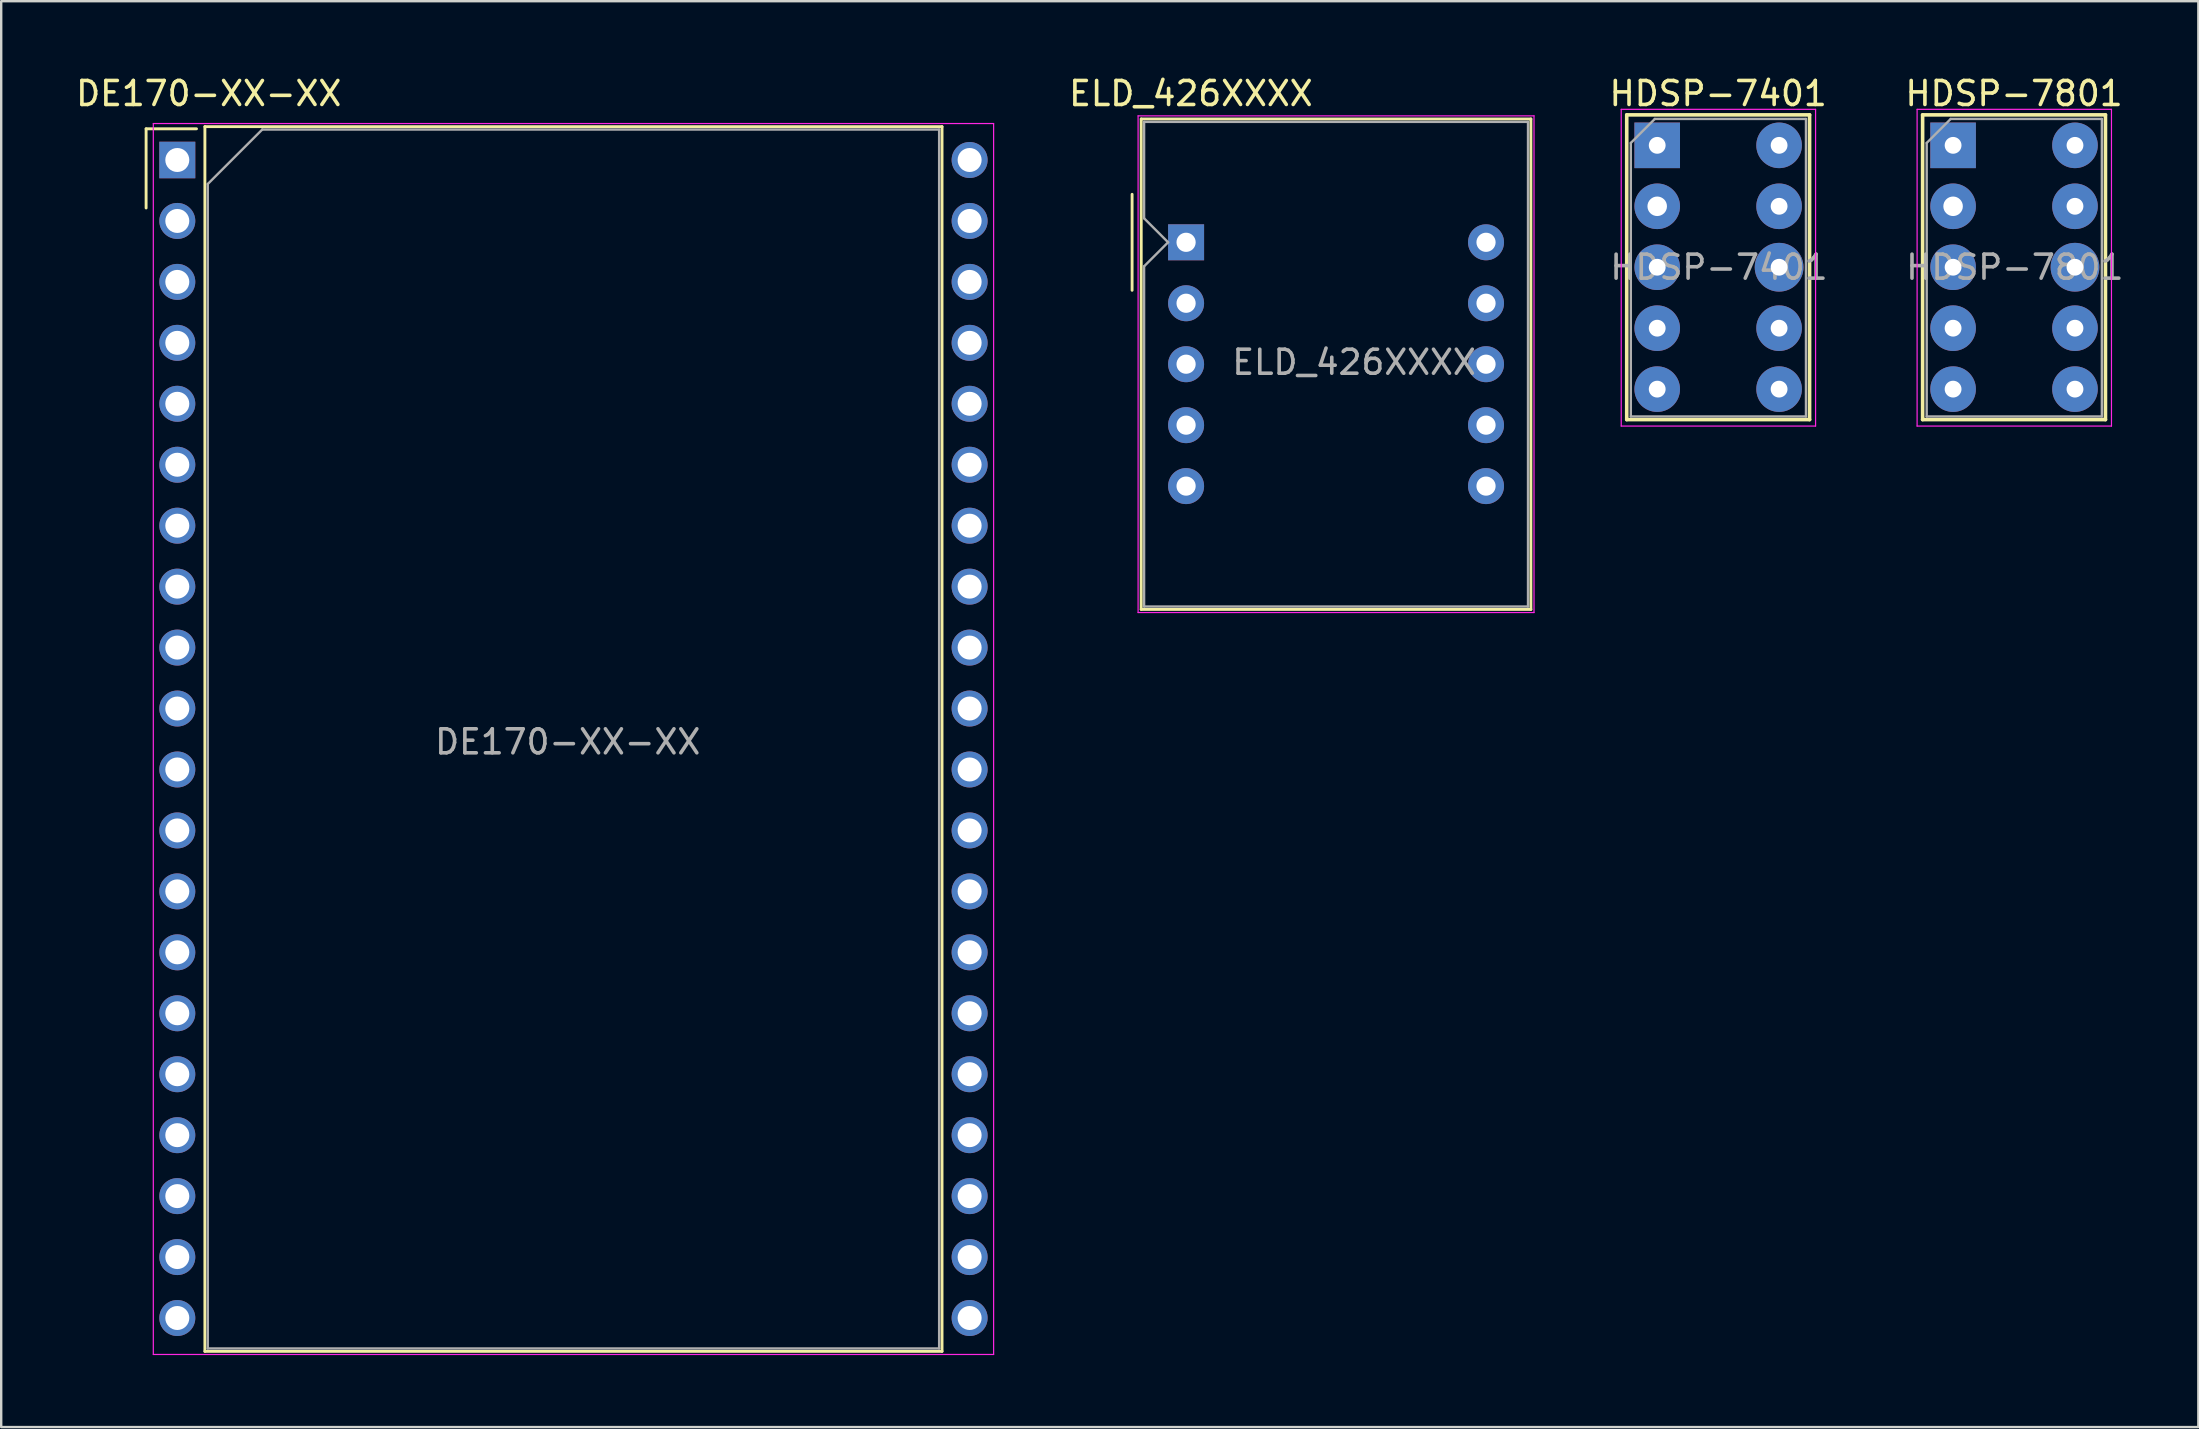
<source format=kicad_pcb>
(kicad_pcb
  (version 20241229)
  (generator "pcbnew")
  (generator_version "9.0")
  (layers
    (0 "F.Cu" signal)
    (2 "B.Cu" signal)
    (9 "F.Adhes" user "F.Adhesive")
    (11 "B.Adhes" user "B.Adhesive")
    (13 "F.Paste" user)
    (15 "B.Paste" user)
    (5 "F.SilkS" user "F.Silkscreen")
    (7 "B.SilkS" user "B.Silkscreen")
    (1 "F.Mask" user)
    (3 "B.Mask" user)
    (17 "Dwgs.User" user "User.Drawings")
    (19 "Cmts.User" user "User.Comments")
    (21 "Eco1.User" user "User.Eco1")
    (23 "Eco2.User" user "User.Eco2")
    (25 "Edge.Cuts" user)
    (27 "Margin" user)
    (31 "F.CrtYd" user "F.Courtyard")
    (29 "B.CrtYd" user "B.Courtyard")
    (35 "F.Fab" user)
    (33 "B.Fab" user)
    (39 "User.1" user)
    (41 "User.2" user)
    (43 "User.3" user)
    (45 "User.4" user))
  (footprint "ELD_426XXXX"
    (layer "F.Cu")
    (at 46.38 7.048)
    (property "Reference" "ELD_426XXXX" (at 0.2 -6.2 0) (layer "F.SilkS") (effects (font (size 1 1) (thickness 0.15))))
    (attr through_hole)
    (fp_line (start -2.25 -2) (end -2.25 2) (stroke (width 0.12) (type solid)) (layer "F.SilkS"))
    (fp_line (start -1.87 -5.14) (end 14.37 -5.14) (stroke (width 0.12) (type solid)) (layer "F.SilkS"))
    (fp_line (start -1.87 15.3) (end -1.87 -5.14) (stroke (width 0.12) (type solid)) (layer "F.SilkS"))
    (fp_line (start 14.37 -5.14) (end 14.37 15.3) (stroke (width 0.12) (type solid)) (layer "F.SilkS"))
    (fp_line (start 14.37 15.3) (end -1.87 15.3) (stroke (width 0.12) (type solid)) (layer "F.SilkS"))
    (fp_line (start -2 -5.27) (end 14.5 -5.27) (stroke (width 0.05) (type solid)) (layer "F.CrtYd"))
    (fp_line (start -2 15.43) (end -2 -5.27) (stroke (width 0.05) (type solid)) (layer "F.CrtYd"))
    (fp_line (start 14.5 -5.27) (end 14.5 15.43) (stroke (width 0.05) (type solid)) (layer "F.CrtYd"))
    (fp_line (start 14.5 15.43) (end -2 15.43) (stroke (width 0.05) (type solid)) (layer "F.CrtYd"))
    (fp_line (start -1.75 -5.02) (end 14.25 -5.02) (stroke (width 0.1) (type solid)) (layer "F.Fab"))
    (fp_line (start -1.75 -1) (end -1.75 -5.02) (stroke (width 0.1) (type solid)) (layer "F.Fab"))
    (fp_line (start -1.75 1) (end -0.75 0) (stroke (width 0.1) (type solid)) (layer "F.Fab"))
    (fp_line (start -1.75 15.18) (end -1.75 1) (stroke (width 0.1) (type solid)) (layer "F.Fab"))
    (fp_line (start -0.75 0) (end -1.75 -1) (stroke (width 0.1) (type solid)) (layer "F.Fab"))
    (fp_line (start 14.25 -5.02) (end 14.25 15.18) (stroke (width 0.1) (type solid)) (layer "F.Fab"))
    (fp_line (start 14.25 15.18) (end -1.75 15.18) (stroke (width 0.1) (type solid)) (layer "F.Fab"))
    (fp_text user "${REFERENCE}" (at 7 5 0) (layer "F.Fab") (effects (font (size 1 1) (thickness 0.15))))
    (pad "1" thru_hole rect (at 0 0) (size 1.5 1.5) (drill 0.8) (layers "*.Cu" "*.Mask"))
    (pad "2" thru_hole circle (at 0 2.54) (size 1.5 1.5) (drill 0.8) (layers "*.Cu" "*.Mask"))
    (pad "3" thru_hole circle (at 0 5.08) (size 1.5 1.5) (drill 0.8) (layers "*.Cu" "*.Mask"))
    (pad "4" thru_hole circle (at 0 7.62) (size 1.5 1.5) (drill 0.8) (layers "*.Cu" "*.Mask"))
    (pad "5" thru_hole circle (at 0 10.16) (size 1.5 1.5) (drill 0.8) (layers "*.Cu" "*.Mask"))
    (pad "6" thru_hole circle (at 12.5 10.16) (size 1.5 1.5) (drill 0.8) (layers "*.Cu" "*.Mask"))
    (pad "7" thru_hole circle (at 12.5 7.62) (size 1.5 1.5) (drill 0.8) (layers "*.Cu" "*.Mask"))
    (pad "8" thru_hole circle (at 12.5 5.08) (size 1.5 1.5) (drill 0.8) (layers "*.Cu" "*.Mask"))
    (pad "9" thru_hole circle (at 12.5 2.54) (size 1.5 1.5) (drill 0.8) (layers "*.Cu" "*.Mask"))
    (pad "10" thru_hole circle (at 12.5 0) (size 1.5 1.5) (drill 0.8) (layers "*.Cu" "*.Mask")))
  (footprint "HDSP-7801"
    (layer "F.Cu")
    (at 78.345 3.007)
    (property "Reference" "HDSP-7801" (at 2.54 -2.159 0) (layer "F.SilkS") (effects (font (size 1 1) (thickness 0.15))))
    (attr through_hole)
    (fp_line (start -1.27 -1.27) (end -1.27 11.43) (stroke (width 0.15) (type solid)) (layer "F.SilkS"))
    (fp_line (start -1.27 11.43) (end 6.35 11.43) (stroke (width 0.15) (type solid)) (layer "F.SilkS"))
    (fp_line (start 6.35 -1.27) (end -1.27 -1.27) (stroke (width 0.15) (type solid)) (layer "F.SilkS"))
    (fp_line (start 6.35 11.43) (end 6.35 -1.27) (stroke (width 0.15) (type solid)) (layer "F.SilkS"))
    (fp_line (start -1.5 -1.5) (end 6.6 -1.5) (stroke (width 0.05) (type solid)) (layer "F.CrtYd"))
    (fp_line (start -1.5 11.7) (end -1.5 -1.5) (stroke (width 0.05) (type solid)) (layer "F.CrtYd"))
    (fp_line (start 6.6 -1.5) (end 6.6 11.7) (stroke (width 0.05) (type solid)) (layer "F.CrtYd"))
    (fp_line (start 6.6 11.7) (end -1.5 11.7) (stroke (width 0.05) (type solid)) (layer "F.CrtYd"))
    (fp_line (start -1.1 -0.1) (end -0.1 -1.1) (stroke (width 0.1) (type solid)) (layer "F.Fab"))
    (fp_line (start -1.1 11.3) (end -1.1 -0.1) (stroke (width 0.1) (type solid)) (layer "F.Fab"))
    (fp_line (start -0.1 -1.1) (end 6.2 -1.1) (stroke (width 0.1) (type solid)) (layer "F.Fab"))
    (fp_line (start 6.2 -1.1) (end 6.2 11.3) (stroke (width 0.1) (type solid)) (layer "F.Fab"))
    (fp_line (start 6.2 11.3) (end -1.1 11.3) (stroke (width 0.1) (type solid)) (layer "F.Fab"))
    (fp_text user "${REFERENCE}" (at 2.573 5.08 0) (layer "F.Fab") (effects (font (size 1 1) (thickness 0.15))))
    (pad "" thru_hole circle (at 0 2.54) (size 1.397 1.397) (drill 0.813) (layers "*.Cu" "*.Mask"))
    (pad "1" thru_hole rect (at 0 0) (size 1.9 1.9) (drill 0.701) (layers "*.Cu" "*.Mask"))
    (pad "2" thru_hole circle (at 0 2.54) (size 1.9 1.9) (drill 0.701) (layers "*.Cu" "*.Mask"))
    (pad "3" thru_hole circle (at 0 5.08) (size 1.9 1.9) (drill 0.701) (layers "*.Cu" "*.Mask"))
    (pad "4" thru_hole circle (at 0 7.62) (size 1.9 1.9) (drill 0.701) (layers "*.Cu" "*.Mask"))
    (pad "5" thru_hole circle (at 0 10.16) (size 1.9 1.9) (drill 0.701) (layers "*.Cu" "*.Mask"))
    (pad "6" thru_hole circle (at 5.08 10.16) (size 1.9 1.9) (drill 0.701) (layers "*.Cu" "*.Mask"))
    (pad "7" thru_hole circle (at 5.08 7.62) (size 1.9 1.9) (drill 0.701) (layers "*.Cu" "*.Mask"))
    (pad "8" thru_hole circle (at 5.08 5.08) (size 2.032 2.032) (drill 0.701) (layers "*.Cu" "*.Mask"))
    (pad "9" thru_hole circle (at 5.08 2.54) (size 1.9 1.9) (drill 0.701) (layers "*.Cu" "*.Mask"))
    (pad "10" thru_hole circle (at 5.08 0) (size 1.9 1.9) (drill 0.701) (layers "*.Cu" "*.Mask")))
  (footprint "DE170-XX-XX"
    (layer "F.Cu")
    (at 4.339 3.618)
    (property "Reference" "DE170-XX-XX" (at 1.31 -2.77 0) (layer "F.SilkS") (effects (font (size 1 1) (thickness 0.15))))
    (attr through_hole)
    (fp_line (start -1.3 -1.3) (end -1.3 2) (stroke (width 0.12) (type solid)) (layer "F.SilkS"))
    (fp_line (start -1.3 -1.3) (end 0.8 -1.3) (stroke (width 0.12) (type solid)) (layer "F.SilkS"))
    (fp_line (start 1.15 -1.39) (end 31.87 -1.39) (stroke (width 0.12) (type solid)) (layer "F.SilkS"))
    (fp_line (start 1.15 49.65) (end 1.15 -1.39) (stroke (width 0.12) (type solid)) (layer "F.SilkS"))
    (fp_line (start 31.87 -1.39) (end 31.87 49.65) (stroke (width 0.12) (type solid)) (layer "F.SilkS"))
    (fp_line (start 31.87 49.65) (end 1.15 49.65) (stroke (width 0.12) (type solid)) (layer "F.SilkS"))
    (fp_line (start -1 -1.52) (end 34.02 -1.52) (stroke (width 0.05) (type solid)) (layer "F.CrtYd"))
    (fp_line (start -1 49.78) (end -1 -1.52) (stroke (width 0.05) (type solid)) (layer "F.CrtYd"))
    (fp_line (start 34.02 -1.52) (end 34.02 49.78) (stroke (width 0.05) (type solid)) (layer "F.CrtYd"))
    (fp_line (start 34.02 49.78) (end -1 49.78) (stroke (width 0.05) (type solid)) (layer "F.CrtYd"))
    (fp_line (start 1.27 1) (end 3.54 -1.27) (stroke (width 0.1) (type solid)) (layer "F.Fab"))
    (fp_line (start 1.27 49.53) (end 1.27 1) (stroke (width 0.1) (type solid)) (layer "F.Fab"))
    (fp_line (start 3.54 -1.27) (end 31.75 -1.27) (stroke (width 0.1) (type solid)) (layer "F.Fab"))
    (fp_line (start 31.75 -1.27) (end 31.75 49.53) (stroke (width 0.1) (type solid)) (layer "F.Fab"))
    (fp_line (start 31.75 49.53) (end 1.27 49.53) (stroke (width 0.1) (type solid)) (layer "F.Fab"))
    (fp_text user "${REFERENCE}" (at 16.27 24.25 0) (layer "F.Fab") (effects (font (size 1 1) (thickness 0.15))))
    (pad "1" thru_hole rect (at 0 0) (size 1.5 1.524) (drill 1) (layers "*.Cu" "*.Mask"))
    (pad "2" thru_hole circle (at 0 2.54) (size 1.5 1.5) (drill 1) (layers "*.Cu" "*.Mask"))
    (pad "3" thru_hole circle (at 0 5.08) (size 1.5 1.5) (drill 1) (layers "*.Cu" "*.Mask"))
    (pad "4" thru_hole circle (at 0 7.62) (size 1.5 1.5) (drill 1) (layers "*.Cu" "*.Mask"))
    (pad "5" thru_hole circle (at 0 10.16) (size 1.5 1.5) (drill 1) (layers "*.Cu" "*.Mask"))
    (pad "6" thru_hole circle (at 0 12.7) (size 1.5 1.5) (drill 1) (layers "*.Cu" "*.Mask"))
    (pad "7" thru_hole circle (at 0 15.24) (size 1.5 1.5) (drill 1) (layers "*.Cu" "*.Mask"))
    (pad "8" thru_hole circle (at 0 17.78) (size 1.5 1.5) (drill 1) (layers "*.Cu" "*.Mask"))
    (pad "9" thru_hole circle (at 0 20.32) (size 1.5 1.5) (drill 1) (layers "*.Cu" "*.Mask"))
    (pad "10" thru_hole circle (at 0 22.86) (size 1.5 1.5) (drill 1) (layers "*.Cu" "*.Mask"))
    (pad "11" thru_hole circle (at 0 25.4) (size 1.5 1.5) (drill 1) (layers "*.Cu" "*.Mask"))
    (pad "12" thru_hole circle (at 0 27.94) (size 1.5 1.5) (drill 1) (layers "*.Cu" "*.Mask"))
    (pad "13" thru_hole circle (at 0 30.48) (size 1.5 1.5) (drill 1) (layers "*.Cu" "*.Mask"))
    (pad "14" thru_hole circle (at 0 33.02) (size 1.5 1.5) (drill 1) (layers "*.Cu" "*.Mask"))
    (pad "15" thru_hole circle (at 0 35.56) (size 1.5 1.5) (drill 1) (layers "*.Cu" "*.Mask"))
    (pad "16" thru_hole circle (at 0 38.1) (size 1.5 1.5) (drill 1) (layers "*.Cu" "*.Mask"))
    (pad "17" thru_hole circle (at 0 40.64) (size 1.5 1.5) (drill 1) (layers "*.Cu" "*.Mask"))
    (pad "18" thru_hole circle (at 0 43.18) (size 1.5 1.5) (drill 1) (layers "*.Cu" "*.Mask"))
    (pad "19" thru_hole circle (at 0 45.72) (size 1.5 1.5) (drill 1) (layers "*.Cu" "*.Mask"))
    (pad "20" thru_hole circle (at 0 48.26) (size 1.5 1.5) (drill 1) (layers "*.Cu" "*.Mask"))
    (pad "21" thru_hole circle (at 33.02 48.26) (size 1.5 1.5) (drill 1) (layers "*.Cu" "*.Mask"))
    (pad "22" thru_hole circle (at 33.02 45.72) (size 1.5 1.5) (drill 1) (layers "*.Cu" "*.Mask"))
    (pad "23" thru_hole circle (at 33.02 43.18) (size 1.5 1.5) (drill 1) (layers "*.Cu" "*.Mask"))
    (pad "24" thru_hole circle (at 33.02 40.64) (size 1.5 1.5) (drill 1) (layers "*.Cu" "*.Mask"))
    (pad "25" thru_hole circle (at 33.02 38.1) (size 1.5 1.5) (drill 1) (layers "*.Cu" "*.Mask"))
    (pad "26" thru_hole circle (at 33.02 35.56) (size 1.5 1.5) (drill 1) (layers "*.Cu" "*.Mask"))
    (pad "27" thru_hole circle (at 33.02 33.02) (size 1.5 1.5) (drill 1) (layers "*.Cu" "*.Mask"))
    (pad "28" thru_hole circle (at 33.02 30.48) (size 1.5 1.5) (drill 1) (layers "*.Cu" "*.Mask"))
    (pad "29" thru_hole circle (at 33.02 27.94) (size 1.5 1.5) (drill 1) (layers "*.Cu" "*.Mask"))
    (pad "30" thru_hole circle (at 33.02 25.4) (size 1.5 1.5) (drill 1) (layers "*.Cu" "*.Mask"))
    (pad "31" thru_hole circle (at 33.02 22.86) (size 1.5 1.5) (drill 1) (layers "*.Cu" "*.Mask"))
    (pad "32" thru_hole circle (at 33.02 20.32) (size 1.5 1.5) (drill 1) (layers "*.Cu" "*.Mask"))
    (pad "33" thru_hole circle (at 33.02 17.78) (size 1.5 1.5) (drill 1) (layers "*.Cu" "*.Mask"))
    (pad "34" thru_hole circle (at 33.02 15.24) (size 1.5 1.5) (drill 1) (layers "*.Cu" "*.Mask"))
    (pad "35" thru_hole circle (at 33.02 12.7) (size 1.5 1.5) (drill 1) (layers "*.Cu" "*.Mask"))
    (pad "36" thru_hole circle (at 33.02 10.16) (size 1.5 1.5) (drill 1) (layers "*.Cu" "*.Mask"))
    (pad "37" thru_hole circle (at 33.02 7.62) (size 1.5 1.5) (drill 1) (layers "*.Cu" "*.Mask"))
    (pad "38" thru_hole circle (at 33.02 5.08) (size 1.5 1.5) (drill 1) (layers "*.Cu" "*.Mask"))
    (pad "39" thru_hole circle (at 33.02 2.54) (size 1.5 1.5) (drill 1) (layers "*.Cu" "*.Mask"))
    (pad "40" thru_hole circle (at 33.02 0) (size 1.5 1.5) (drill 1) (layers "*.Cu" "*.Mask")))
  (footprint "HDSP-7401"
    (layer "F.Cu")
    (at 66.014 3.007)
    (property "Reference" "HDSP-7401" (at 2.54 -2.159 0) (layer "F.SilkS") (effects (font (size 1 1) (thickness 0.15))))
    (attr through_hole)
    (fp_line (start -1.27 -1.27) (end -1.27 11.43) (stroke (width 0.15) (type solid)) (layer "F.SilkS"))
    (fp_line (start -1.27 11.43) (end 6.35 11.43) (stroke (width 0.15) (type solid)) (layer "F.SilkS"))
    (fp_line (start 6.35 -1.27) (end -1.27 -1.27) (stroke (width 0.15) (type solid)) (layer "F.SilkS"))
    (fp_line (start 6.35 11.43) (end 6.35 -1.27) (stroke (width 0.15) (type solid)) (layer "F.SilkS"))
    (fp_line (start -1.5 -1.5) (end 6.6 -1.5) (stroke (width 0.05) (type solid)) (layer "F.CrtYd"))
    (fp_line (start -1.5 11.7) (end -1.5 -1.5) (stroke (width 0.05) (type solid)) (layer "F.CrtYd"))
    (fp_line (start 6.6 -1.5) (end 6.6 11.7) (stroke (width 0.05) (type solid)) (layer "F.CrtYd"))
    (fp_line (start 6.6 11.7) (end -1.5 11.7) (stroke (width 0.05) (type solid)) (layer "F.CrtYd"))
    (fp_line (start -1.1 -0.1) (end -0.1 -1.1) (stroke (width 0.1) (type solid)) (layer "F.Fab"))
    (fp_line (start -1.1 11.3) (end -1.1 -0.1) (stroke (width 0.1) (type solid)) (layer "F.Fab"))
    (fp_line (start -0.1 -1.1) (end 6.2 -1.1) (stroke (width 0.1) (type solid)) (layer "F.Fab"))
    (fp_line (start 6.2 -1.1) (end 6.2 11.3) (stroke (width 0.1) (type solid)) (layer "F.Fab"))
    (fp_line (start 6.2 11.3) (end -1.1 11.3) (stroke (width 0.1) (type solid)) (layer "F.Fab"))
    (fp_text user "${REFERENCE}" (at 2.573 5.08 0) (layer "F.Fab") (effects (font (size 1 1) (thickness 0.15))))
    (pad "" thru_hole circle (at 0 2.54) (size 1.397 1.397) (drill 0.813) (layers "*.Cu" "*.Mask"))
    (pad "1" thru_hole rect (at 0 0) (size 1.9 1.9) (drill 0.701) (layers "*.Cu" "*.Mask"))
    (pad "2" thru_hole circle (at 0 2.54) (size 1.9 1.9) (drill 0.701) (layers "*.Cu" "*.Mask"))
    (pad "3" thru_hole circle (at 0 5.08) (size 1.9 1.9) (drill 0.701) (layers "*.Cu" "*.Mask"))
    (pad "4" thru_hole circle (at 0 7.62) (size 1.9 1.9) (drill 0.701) (layers "*.Cu" "*.Mask"))
    (pad "5" thru_hole circle (at 0 10.16) (size 1.9 1.9) (drill 0.701) (layers "*.Cu" "*.Mask"))
    (pad "6" thru_hole circle (at 5.08 10.16) (size 1.9 1.9) (drill 0.701) (layers "*.Cu" "*.Mask"))
    (pad "7" thru_hole circle (at 5.08 7.62) (size 1.9 1.9) (drill 0.701) (layers "*.Cu" "*.Mask"))
    (pad "8" thru_hole circle (at 5.08 5.08) (size 2.032 2.032) (drill 0.701) (layers "*.Cu" "*.Mask"))
    (pad "9" thru_hole circle (at 5.08 2.54) (size 1.9 1.9) (drill 0.701) (layers "*.Cu" "*.Mask"))
    (pad "10" thru_hole circle (at 5.08 0) (size 1.9 1.9) (drill 0.701) (layers "*.Cu" "*.Mask")))
  (gr_rect
    (start -3 -3)
    (end 88.566 56.423)
    (stroke (width 0.1) (type default))
    (fill no)
    (layer "Edge.Cuts")))
</source>
